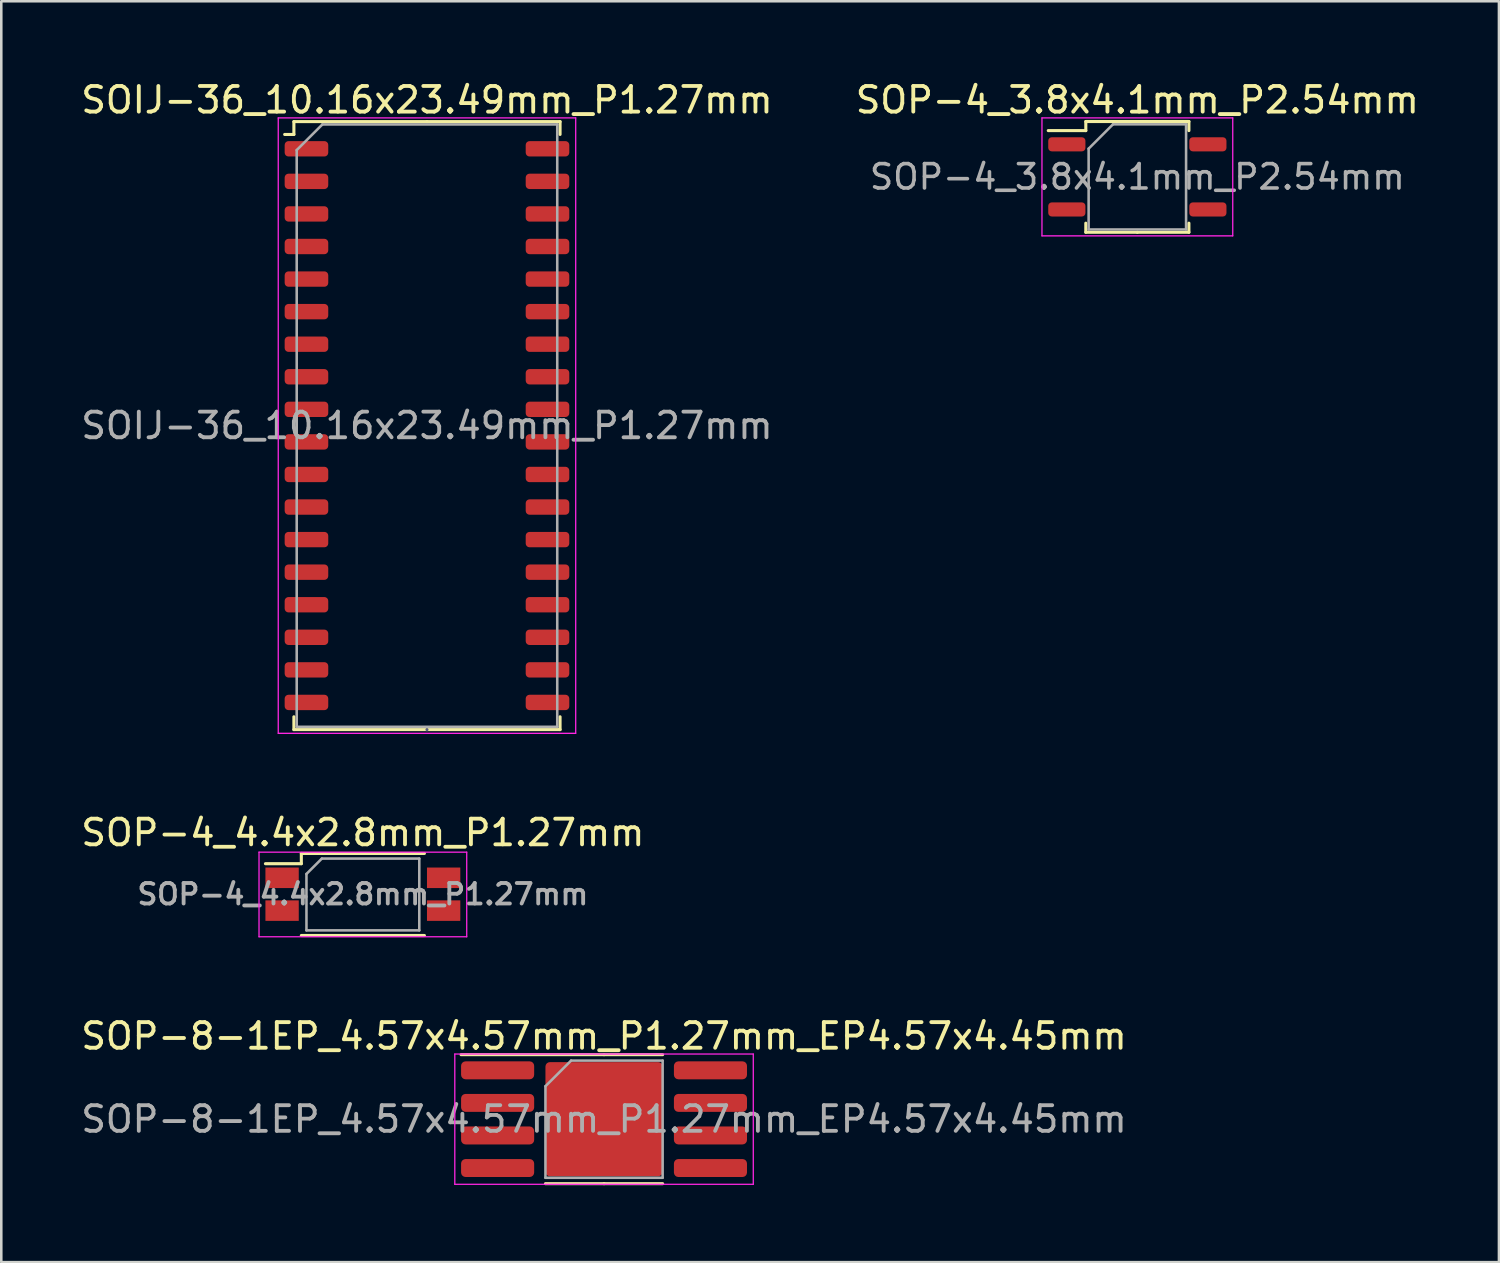
<source format=kicad_pcb>
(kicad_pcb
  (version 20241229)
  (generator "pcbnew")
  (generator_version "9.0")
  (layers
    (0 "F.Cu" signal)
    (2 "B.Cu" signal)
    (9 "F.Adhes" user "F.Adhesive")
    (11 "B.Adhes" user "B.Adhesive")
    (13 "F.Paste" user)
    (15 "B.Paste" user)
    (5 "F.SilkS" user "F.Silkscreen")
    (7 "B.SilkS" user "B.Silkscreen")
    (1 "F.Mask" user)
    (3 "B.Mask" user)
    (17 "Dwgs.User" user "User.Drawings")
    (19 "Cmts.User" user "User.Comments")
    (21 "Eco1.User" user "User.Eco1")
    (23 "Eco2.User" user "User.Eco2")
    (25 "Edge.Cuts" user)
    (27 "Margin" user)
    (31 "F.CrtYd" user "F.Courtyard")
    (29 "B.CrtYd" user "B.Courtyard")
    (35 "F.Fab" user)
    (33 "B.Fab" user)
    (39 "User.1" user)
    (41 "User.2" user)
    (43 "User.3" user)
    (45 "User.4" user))
  (footprint "SOP-4_3.8x4.1mm_P2.54mm"
    (layer "F.Cu")
    (at 41.304 3.848)
    (property "Reference" "SOP-4_3.8x4.1mm_P2.54mm" (at 0 -3 0) (layer "F.SilkS") (effects (font (size 1 1) (thickness 0.15))))
    (attr smd)
    (fp_line (start -2.01 -2.16) (end -2.01 -1.805) (stroke (width 0.12) (type solid)) (layer "F.SilkS"))
    (fp_line (start -2.01 -1.805) (end -3.475 -1.805) (stroke (width 0.12) (type solid)) (layer "F.SilkS"))
    (fp_line (start -2.01 2.16) (end -2.01 1.805) (stroke (width 0.12) (type solid)) (layer "F.SilkS"))
    (fp_line (start 0 -2.16) (end -2.01 -2.16) (stroke (width 0.12) (type solid)) (layer "F.SilkS"))
    (fp_line (start 0 -2.16) (end 2.01 -2.16) (stroke (width 0.12) (type solid)) (layer "F.SilkS"))
    (fp_line (start 0 2.16) (end -2.01 2.16) (stroke (width 0.12) (type solid)) (layer "F.SilkS"))
    (fp_line (start 0 2.16) (end 2.01 2.16) (stroke (width 0.12) (type solid)) (layer "F.SilkS"))
    (fp_line (start 2.01 -2.16) (end 2.01 -1.805) (stroke (width 0.12) (type solid)) (layer "F.SilkS"))
    (fp_line (start 2.01 2.16) (end 2.01 1.805) (stroke (width 0.12) (type solid)) (layer "F.SilkS"))
    (fp_line (start -3.72 -2.3) (end -3.72 2.3) (stroke (width 0.05) (type solid)) (layer "F.CrtYd"))
    (fp_line (start -3.72 2.3) (end 3.72 2.3) (stroke (width 0.05) (type solid)) (layer "F.CrtYd"))
    (fp_line (start 3.72 -2.3) (end -3.72 -2.3) (stroke (width 0.05) (type solid)) (layer "F.CrtYd"))
    (fp_line (start 3.72 2.3) (end 3.72 -2.3) (stroke (width 0.05) (type solid)) (layer "F.CrtYd"))
    (fp_line (start -1.9 -1.1) (end -0.95 -2.05) (stroke (width 0.1) (type solid)) (layer "F.Fab"))
    (fp_line (start -1.9 2.05) (end -1.9 -1.1) (stroke (width 0.1) (type solid)) (layer "F.Fab"))
    (fp_line (start -0.95 -2.05) (end 1.9 -2.05) (stroke (width 0.1) (type solid)) (layer "F.Fab"))
    (fp_line (start 1.9 -2.05) (end 1.9 2.05) (stroke (width 0.1) (type solid)) (layer "F.Fab"))
    (fp_line (start 1.9 2.05) (end -1.9 2.05) (stroke (width 0.1) (type solid)) (layer "F.Fab"))
    (fp_text user "${REFERENCE}" (at 0 0 0) (layer "F.Fab") (effects (font (size 0.95 0.95) (thickness 0.14))))
    (pad "1" smd roundrect (at -2.75 -1.27) (size 1.45 0.55) (layers "F.Cu" "F.Mask" "F.Paste") (roundrect_rratio 0.25))
    (pad "2" smd roundrect (at -2.75 1.27) (size 1.45 0.55) (layers "F.Cu" "F.Mask" "F.Paste") (roundrect_rratio 0.25))
    (pad "3" smd roundrect (at 2.75 1.27) (size 1.45 0.55) (layers "F.Cu" "F.Mask" "F.Paste") (roundrect_rratio 0.25))
    (pad "4" smd roundrect (at 2.75 -1.27) (size 1.45 0.55) (layers "F.Cu" "F.Mask" "F.Paste") (roundrect_rratio 0.25)))
  (footprint "SOP-8-1EP_4.57x4.57mm_P1.27mm_EP4.57x4.45mm"
    (layer "F.Cu")
    (at 20.506 40.595)
    (property "Reference" "SOP-8-1EP_4.57x4.57mm_P1.27mm_EP4.57x4.45mm" (at 0 -3.24 0) (layer "F.SilkS") (effects (font (size 1 1) (thickness 0.15))))
    (attr smd)
    (fp_line (start 0 -2.515) (end -5.575 -2.515) (stroke (width 0.12) (type solid)) (layer "F.SilkS"))
    (fp_line (start 0 -2.515) (end 2.285 -2.515) (stroke (width 0.12) (type solid)) (layer "F.SilkS"))
    (fp_line (start 0 2.515) (end -2.285 2.515) (stroke (width 0.12) (type solid)) (layer "F.SilkS"))
    (fp_line (start 0 2.515) (end 2.285 2.515) (stroke (width 0.12) (type solid)) (layer "F.SilkS"))
    (fp_line (start -5.82 -2.54) (end -5.82 2.54) (stroke (width 0.05) (type solid)) (layer "F.CrtYd"))
    (fp_line (start -5.82 2.54) (end 5.82 2.54) (stroke (width 0.05) (type solid)) (layer "F.CrtYd"))
    (fp_line (start 5.82 -2.54) (end -5.82 -2.54) (stroke (width 0.05) (type solid)) (layer "F.CrtYd"))
    (fp_line (start 5.82 2.54) (end 5.82 -2.54) (stroke (width 0.05) (type solid)) (layer "F.CrtYd"))
    (fp_line (start -2.285 -1.285) (end -1.285 -2.285) (stroke (width 0.1) (type solid)) (layer "F.Fab"))
    (fp_line (start -2.285 2.285) (end -2.285 -1.285) (stroke (width 0.1) (type solid)) (layer "F.Fab"))
    (fp_line (start -1.285 -2.285) (end 2.285 -2.285) (stroke (width 0.1) (type solid)) (layer "F.Fab"))
    (fp_line (start 2.285 -2.285) (end 2.285 2.285) (stroke (width 0.1) (type solid)) (layer "F.Fab"))
    (fp_line (start 2.285 2.285) (end -2.285 2.285) (stroke (width 0.1) (type solid)) (layer "F.Fab"))
    (fp_text user "${REFERENCE}" (at 0 0 0) (layer "F.Fab") (effects (font (size 1 1) (thickness 0.15))))
    (pad "" smd roundrect (at -1.14 -1.11) (size 1.84 1.79) (layers "F.Paste") (roundrect_rratio 0.14))
    (pad "" smd roundrect (at -1.14 1.11) (size 1.84 1.79) (layers "F.Paste") (roundrect_rratio 0.14))
    (pad "" smd roundrect (at 1.14 -1.11) (size 1.84 1.79) (layers "F.Paste") (roundrect_rratio 0.14))
    (pad "" smd roundrect (at 1.14 1.11) (size 1.84 1.79) (layers "F.Paste") (roundrect_rratio 0.14))
    (pad "1" smd roundrect (at -4.15 -1.905) (size 2.85 0.7) (layers "F.Cu" "F.Mask" "F.Paste") (roundrect_rratio 0.25))
    (pad "2" smd roundrect (at -4.15 -0.635) (size 2.85 0.7) (layers "F.Cu" "F.Mask" "F.Paste") (roundrect_rratio 0.25))
    (pad "3" smd roundrect (at -4.15 0.635) (size 2.85 0.7) (layers "F.Cu" "F.Mask" "F.Paste") (roundrect_rratio 0.25))
    (pad "4" smd roundrect (at -4.15 1.905) (size 2.85 0.7) (layers "F.Cu" "F.Mask" "F.Paste") (roundrect_rratio 0.25))
    (pad "5" smd roundrect (at 4.15 1.905) (size 2.85 0.7) (layers "F.Cu" "F.Mask" "F.Paste") (roundrect_rratio 0.25))
    (pad "6" smd roundrect (at 4.15 0.635) (size 2.85 0.7) (layers "F.Cu" "F.Mask" "F.Paste") (roundrect_rratio 0.25))
    (pad "7" smd roundrect (at 4.15 -0.635) (size 2.85 0.7) (layers "F.Cu" "F.Mask" "F.Paste") (roundrect_rratio 0.25))
    (pad "8" smd roundrect (at 4.15 -1.905) (size 2.85 0.7) (layers "F.Cu" "F.Mask" "F.Paste") (roundrect_rratio 0.25))
    (pad "9" smd roundrect (at 0 0) (size 4.57 4.45) (layers "F.Cu" "F.Mask") (roundrect_rratio 0.039)))
  (footprint "SOP-4_4.4x2.8mm_P1.27mm"
    (layer "F.Cu")
    (at 11.101 31.822)
    (property "Reference" "SOP-4_4.4x2.8mm_P1.27mm" (at 0 -2.4 0) (layer "F.SilkS") (effects (font (size 1 1) (thickness 0.15))))
    (attr smd)
    (fp_line (start -2.4 -1.59) (end -2.4 -1.19) (stroke (width 0.12) (type solid)) (layer "F.SilkS"))
    (fp_line (start -2.4 -1.59) (end 2.4 -1.59) (stroke (width 0.12) (type solid)) (layer "F.SilkS"))
    (fp_line (start -2.4 -1.19) (end -3.8 -1.19) (stroke (width 0.12) (type solid)) (layer "F.SilkS"))
    (fp_line (start -2.4 1.61) (end 2.4 1.61) (stroke (width 0.12) (type solid)) (layer "F.SilkS"))
    (fp_line (start -4.05 -1.64) (end -4.05 1.66) (stroke (width 0.05) (type solid)) (layer "F.CrtYd"))
    (fp_line (start -4.05 -1.64) (end 4.05 -1.64) (stroke (width 0.05) (type solid)) (layer "F.CrtYd"))
    (fp_line (start 4.05 1.66) (end -4.05 1.66) (stroke (width 0.05) (type solid)) (layer "F.CrtYd"))
    (fp_line (start 4.05 1.66) (end 4.05 -1.64) (stroke (width 0.05) (type solid)) (layer "F.CrtYd"))
    (fp_line (start -2.2 -0.79) (end -1.6 -1.39) (stroke (width 0.1) (type solid)) (layer "F.Fab"))
    (fp_line (start -2.2 1.41) (end -2.2 -0.79) (stroke (width 0.1) (type solid)) (layer "F.Fab"))
    (fp_line (start -1.6 -1.39) (end 2.2 -1.39) (stroke (width 0.1) (type solid)) (layer "F.Fab"))
    (fp_line (start 2.2 -1.39) (end 2.2 1.41) (stroke (width 0.1) (type solid)) (layer "F.Fab"))
    (fp_line (start 2.2 1.41) (end -2.2 1.41) (stroke (width 0.1) (type solid)) (layer "F.Fab"))
    (fp_text user "${REFERENCE}" (at 0 0 0) (layer "F.Fab") (effects (font (size 0.8 0.8) (thickness 0.15))))
    (pad "1" smd rect (at -3.15 -0.64) (size 1.3 0.8) (layers "F.Cu" "F.Mask" "F.Paste"))
    (pad "2" smd rect (at -3.15 0.64) (size 1.3 0.8) (layers "F.Cu" "F.Mask" "F.Paste"))
    (pad "3" smd rect (at 3.15 0.64) (size 1.3 0.8) (layers "F.Cu" "F.Mask" "F.Paste"))
    (pad "4" smd rect (at 3.15 -0.64) (size 1.3 0.8) (layers "F.Cu" "F.Mask" "F.Paste")))
  (footprint "SOIJ-36_10.16x23.49mm_P1.27mm"
    (layer "F.Cu")
    (at 13.601 13.548)
    (property "Reference" "SOIJ-36_10.16x23.49mm_P1.27mm" (at 0 -12.7 0) (layer "F.SilkS") (effects (font (size 1 1) (thickness 0.15))))
    (attr smd)
    (fp_line (start -5.19 -11.855) (end -5.19 -11.355) (stroke (width 0.12) (type solid)) (layer "F.SilkS"))
    (fp_line (start -5.19 -11.355) (end -5.55 -11.355) (stroke (width 0.12) (type solid)) (layer "F.SilkS"))
    (fp_line (start -5.19 11.855) (end -5.19 11.355) (stroke (width 0.12) (type solid)) (layer "F.SilkS"))
    (fp_line (start 0 -11.855) (end -5.19 -11.855) (stroke (width 0.12) (type solid)) (layer "F.SilkS"))
    (fp_line (start 0 -11.855) (end 5.19 -11.855) (stroke (width 0.12) (type solid)) (layer "F.SilkS"))
    (fp_line (start 0 11.855) (end -5.19 11.855) (stroke (width 0.12) (type solid)) (layer "F.SilkS"))
    (fp_line (start 0 11.855) (end 5.19 11.855) (stroke (width 0.12) (type solid)) (layer "F.SilkS"))
    (fp_line (start 5.19 -11.855) (end 5.19 -11.355) (stroke (width 0.12) (type solid)) (layer "F.SilkS"))
    (fp_line (start 5.19 11.855) (end 5.19 11.355) (stroke (width 0.12) (type solid)) (layer "F.SilkS"))
    (fp_line (start -5.8 -12) (end -5.8 12) (stroke (width 0.05) (type solid)) (layer "F.CrtYd"))
    (fp_line (start -5.8 12) (end 5.8 12) (stroke (width 0.05) (type solid)) (layer "F.CrtYd"))
    (fp_line (start 5.8 -12) (end -5.8 -12) (stroke (width 0.05) (type solid)) (layer "F.CrtYd"))
    (fp_line (start 5.8 12) (end 5.8 -12) (stroke (width 0.05) (type solid)) (layer "F.CrtYd"))
    (fp_line (start 0 11.855) (end 0 11.855) (stroke (width 0.12) (type solid)) (layer "B.Fab"))
    (fp_line (start -5.08 -10.745) (end -4.08 -11.745) (stroke (width 0.1) (type solid)) (layer "F.Fab"))
    (fp_line (start -5.08 11.745) (end -5.08 -10.745) (stroke (width 0.1) (type solid)) (layer "F.Fab"))
    (fp_line (start -4.08 -11.745) (end 5.08 -11.745) (stroke (width 0.1) (type solid)) (layer "F.Fab"))
    (fp_line (start 5.08 -11.745) (end 5.08 11.745) (stroke (width 0.1) (type solid)) (layer "F.Fab"))
    (fp_line (start 5.08 11.745) (end -5.08 11.745) (stroke (width 0.1) (type solid)) (layer "F.Fab"))
    (fp_text user "${REFERENCE}" (at 0 0 0) (layer "F.Fab") (effects (font (size 1 1) (thickness 0.15))))
    (pad "1" smd roundrect (at -4.7 -10.795) (size 1.7 0.6) (layers "F.Cu" "F.Mask" "F.Paste") (roundrect_rratio 0.25))
    (pad "2" smd roundrect (at -4.7 -9.525) (size 1.7 0.6) (layers "F.Cu" "F.Mask" "F.Paste") (roundrect_rratio 0.25))
    (pad "3" smd roundrect (at -4.7 -8.255) (size 1.7 0.6) (layers "F.Cu" "F.Mask" "F.Paste") (roundrect_rratio 0.25))
    (pad "4" smd roundrect (at -4.7 -6.985) (size 1.7 0.6) (layers "F.Cu" "F.Mask" "F.Paste") (roundrect_rratio 0.25))
    (pad "5" smd roundrect (at -4.7 -5.715) (size 1.7 0.6) (layers "F.Cu" "F.Mask" "F.Paste") (roundrect_rratio 0.25))
    (pad "6" smd roundrect (at -4.7 -4.445) (size 1.7 0.6) (layers "F.Cu" "F.Mask" "F.Paste") (roundrect_rratio 0.25))
    (pad "7" smd roundrect (at -4.7 -3.175) (size 1.7 0.6) (layers "F.Cu" "F.Mask" "F.Paste") (roundrect_rratio 0.25))
    (pad "8" smd roundrect (at -4.7 -1.905) (size 1.7 0.6) (layers "F.Cu" "F.Mask" "F.Paste") (roundrect_rratio 0.25))
    (pad "9" smd roundrect (at -4.7 -0.635) (size 1.7 0.6) (layers "F.Cu" "F.Mask" "F.Paste") (roundrect_rratio 0.25))
    (pad "10" smd roundrect (at -4.7 0.635) (size 1.7 0.6) (layers "F.Cu" "F.Mask" "F.Paste") (roundrect_rratio 0.25))
    (pad "11" smd roundrect (at -4.7 1.905) (size 1.7 0.6) (layers "F.Cu" "F.Mask" "F.Paste") (roundrect_rratio 0.25))
    (pad "12" smd roundrect (at -4.7 3.175) (size 1.7 0.6) (layers "F.Cu" "F.Mask" "F.Paste") (roundrect_rratio 0.25))
    (pad "13" smd roundrect (at -4.7 4.445) (size 1.7 0.6) (layers "F.Cu" "F.Mask" "F.Paste") (roundrect_rratio 0.25))
    (pad "14" smd roundrect (at -4.7 5.715) (size 1.7 0.6) (layers "F.Cu" "F.Mask" "F.Paste") (roundrect_rratio 0.25))
    (pad "15" smd roundrect (at -4.7 6.985) (size 1.7 0.6) (layers "F.Cu" "F.Mask" "F.Paste") (roundrect_rratio 0.25))
    (pad "16" smd roundrect (at -4.7 8.255) (size 1.7 0.6) (layers "F.Cu" "F.Mask" "F.Paste") (roundrect_rratio 0.25))
    (pad "17" smd roundrect (at -4.7 9.525) (size 1.7 0.6) (layers "F.Cu" "F.Mask" "F.Paste") (roundrect_rratio 0.25))
    (pad "18" smd roundrect (at -4.7 10.795) (size 1.7 0.6) (layers "F.Cu" "F.Mask" "F.Paste") (roundrect_rratio 0.25))
    (pad "19" smd roundrect (at 4.7 10.795) (size 1.7 0.6) (layers "F.Cu" "F.Mask" "F.Paste") (roundrect_rratio 0.25))
    (pad "20" smd roundrect (at 4.7 9.525) (size 1.7 0.6) (layers "F.Cu" "F.Mask" "F.Paste") (roundrect_rratio 0.25))
    (pad "21" smd roundrect (at 4.7 8.255) (size 1.7 0.6) (layers "F.Cu" "F.Mask" "F.Paste") (roundrect_rratio 0.25))
    (pad "22" smd roundrect (at 4.7 6.985) (size 1.7 0.6) (layers "F.Cu" "F.Mask" "F.Paste") (roundrect_rratio 0.25))
    (pad "23" smd roundrect (at 4.7 5.715) (size 1.7 0.6) (layers "F.Cu" "F.Mask" "F.Paste") (roundrect_rratio 0.25))
    (pad "24" smd roundrect (at 4.7 4.445) (size 1.7 0.6) (layers "F.Cu" "F.Mask" "F.Paste") (roundrect_rratio 0.25))
    (pad "25" smd roundrect (at 4.7 3.175) (size 1.7 0.6) (layers "F.Cu" "F.Mask" "F.Paste") (roundrect_rratio 0.25))
    (pad "26" smd roundrect (at 4.7 1.905) (size 1.7 0.6) (layers "F.Cu" "F.Mask" "F.Paste") (roundrect_rratio 0.25))
    (pad "27" smd roundrect (at 4.7 0.635) (size 1.7 0.6) (layers "F.Cu" "F.Mask" "F.Paste") (roundrect_rratio 0.25))
    (pad "28" smd roundrect (at 4.7 -0.635) (size 1.7 0.6) (layers "F.Cu" "F.Mask" "F.Paste") (roundrect_rratio 0.25))
    (pad "29" smd roundrect (at 4.7 -1.905) (size 1.7 0.6) (layers "F.Cu" "F.Mask" "F.Paste") (roundrect_rratio 0.25))
    (pad "30" smd roundrect (at 4.7 -3.175) (size 1.7 0.6) (layers "F.Cu" "F.Mask" "F.Paste") (roundrect_rratio 0.25))
    (pad "31" smd roundrect (at 4.7 -4.445) (size 1.7 0.6) (layers "F.Cu" "F.Mask" "F.Paste") (roundrect_rratio 0.25))
    (pad "32" smd roundrect (at 4.7 -5.715) (size 1.7 0.6) (layers "F.Cu" "F.Mask" "F.Paste") (roundrect_rratio 0.25))
    (pad "33" smd roundrect (at 4.7 -6.985) (size 1.7 0.6) (layers "F.Cu" "F.Mask" "F.Paste") (roundrect_rratio 0.25))
    (pad "34" smd roundrect (at 4.7 -8.255) (size 1.7 0.6) (layers "F.Cu" "F.Mask" "F.Paste") (roundrect_rratio 0.25))
    (pad "35" smd roundrect (at 4.7 -9.525) (size 1.7 0.6) (layers "F.Cu" "F.Mask" "F.Paste") (roundrect_rratio 0.25))
    (pad "36" smd roundrect (at 4.7 -10.795) (size 1.7 0.6) (layers "F.Cu" "F.Mask" "F.Paste") (roundrect_rratio 0.25)))
  (gr_rect
    (start -3 -3)
    (end 55.405 46.17)
    (stroke (width 0.1) (type default))
    (fill no)
    (layer "Edge.Cuts")))
</source>
